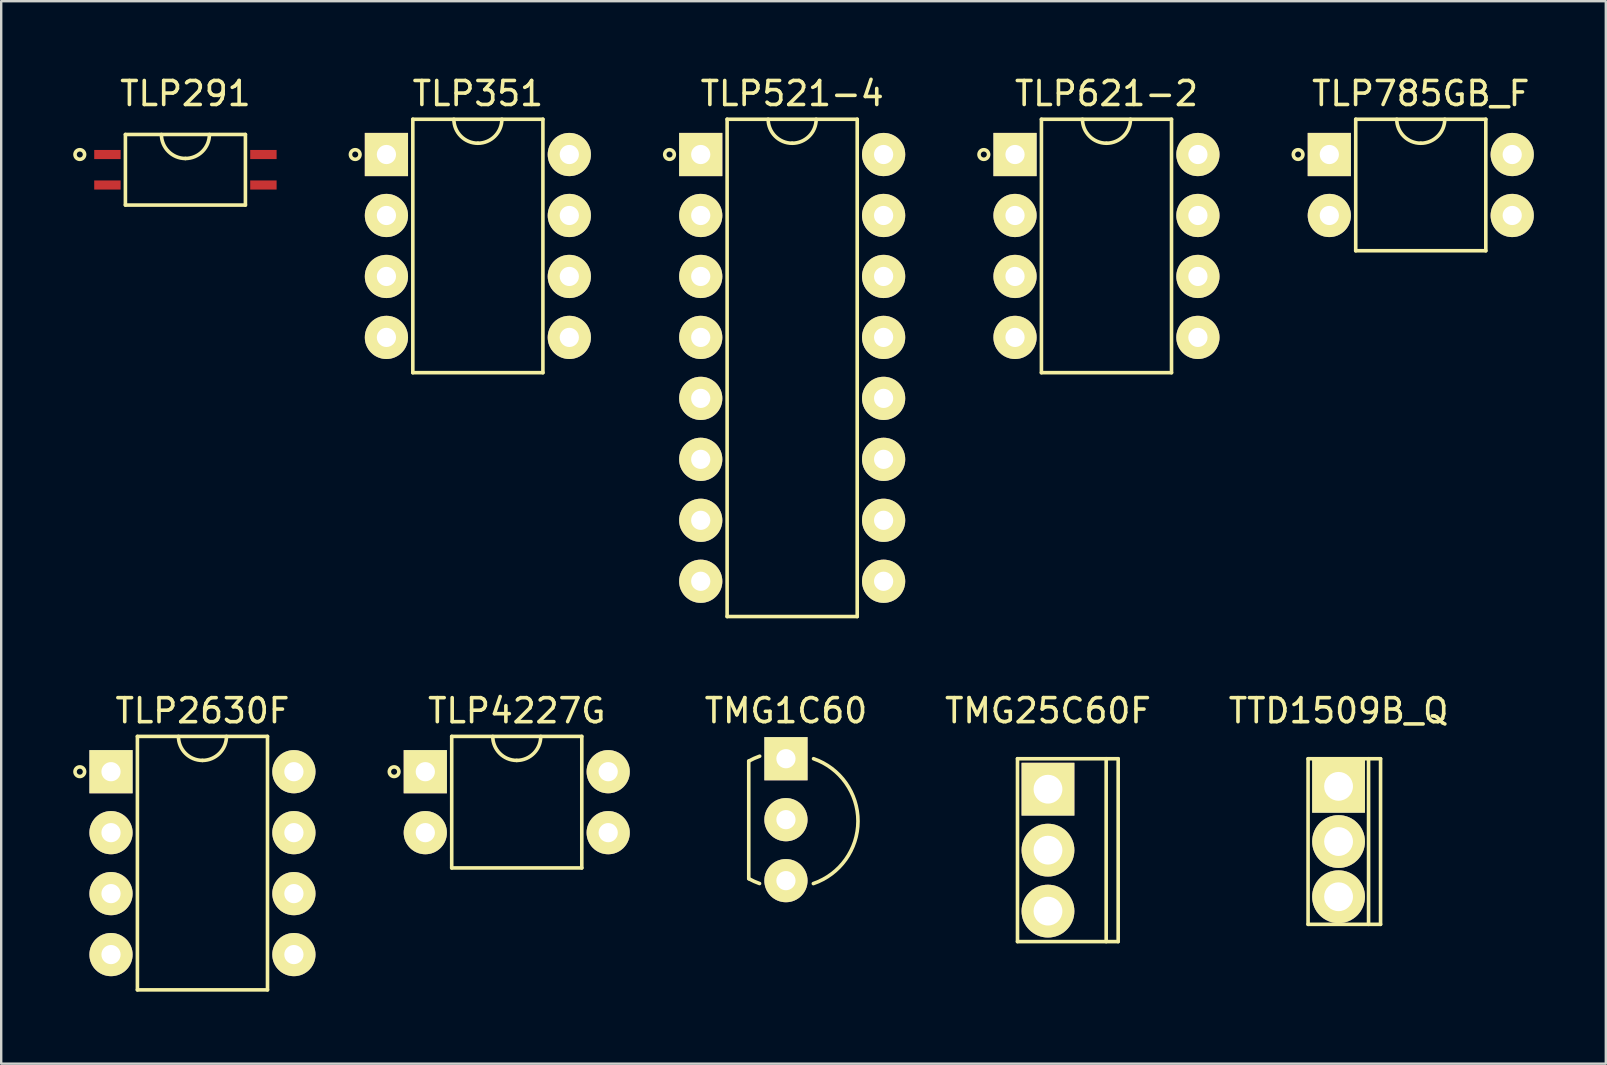
<source format=kicad_pcb>
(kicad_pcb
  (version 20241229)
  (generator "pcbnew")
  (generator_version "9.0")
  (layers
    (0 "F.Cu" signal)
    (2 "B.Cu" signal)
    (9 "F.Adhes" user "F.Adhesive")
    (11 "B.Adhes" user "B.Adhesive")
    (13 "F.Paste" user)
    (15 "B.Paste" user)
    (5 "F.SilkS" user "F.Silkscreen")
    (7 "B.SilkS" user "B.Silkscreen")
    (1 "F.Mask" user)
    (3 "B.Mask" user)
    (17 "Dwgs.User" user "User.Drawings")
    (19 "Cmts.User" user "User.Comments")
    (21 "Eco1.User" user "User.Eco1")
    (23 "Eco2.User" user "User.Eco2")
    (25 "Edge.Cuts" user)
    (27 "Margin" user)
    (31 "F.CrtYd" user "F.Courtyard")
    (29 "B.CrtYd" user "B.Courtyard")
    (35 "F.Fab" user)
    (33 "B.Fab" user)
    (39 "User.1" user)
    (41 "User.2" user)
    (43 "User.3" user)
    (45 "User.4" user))
  (footprint "TLP2630F"
    (layer "F.Cu")
    (at 1.575 29.102)
    (property "Reference" "TLP2630F" (at 3.81 -2.54 0) (layer "F.SilkS") (effects (font (size 1 1) (thickness 0.15))))
    (attr through_hole)
    (fp_line (start 1.1 -1.47) (end 6.52 -1.47) (stroke (width 0.15) (type solid)) (layer "F.SilkS"))
    (fp_line (start 1.1 9.09) (end 1.1 -1.47) (stroke (width 0.15) (type solid)) (layer "F.SilkS"))
    (fp_line (start 6.52 -1.47) (end 6.52 9.09) (stroke (width 0.15) (type solid)) (layer "F.SilkS"))
    (fp_line (start 6.52 9.09) (end 1.1 9.09) (stroke (width 0.15) (type solid)) (layer "F.SilkS"))
    (fp_arc (start 3.81 -0.47) (mid 3.102893 -0.762893) (end 2.81 -1.47) (stroke (width 0.15) (type solid)) (layer "F.SilkS"))
    (fp_arc (start 4.81 -1.47) (mid 4.517107 -0.762893) (end 3.81 -0.47) (stroke (width 0.15) (type solid)) (layer "F.SilkS"))
    (fp_circle (center -1.3 0) (end -1.3 0.2) (stroke (width 0.15) (type solid)) (fill no) (layer "F.SilkS"))
    (pad "1" thru_hole rect (at 0 0) (size 1.8 1.8) (drill 0.8) (layers "*.Cu" "*.Mask" "F.SilkS"))
    (pad "2" thru_hole circle (at 0 2.54) (size 1.8 1.8) (drill 0.8) (layers "*.Cu" "*.Mask" "F.SilkS"))
    (pad "3" thru_hole circle (at 0 5.08) (size 1.8 1.8) (drill 0.8) (layers "*.Cu" "*.Mask" "F.SilkS"))
    (pad "4" thru_hole circle (at 0 7.62) (size 1.8 1.8) (drill 0.8) (layers "*.Cu" "*.Mask" "F.SilkS"))
    (pad "5" thru_hole circle (at 7.62 7.62) (size 1.8 1.8) (drill 0.8) (layers "*.Cu" "*.Mask" "F.SilkS"))
    (pad "6" thru_hole circle (at 7.62 5.08) (size 1.8 1.8) (drill 0.8) (layers "*.Cu" "*.Mask" "F.SilkS"))
    (pad "7" thru_hole circle (at 7.62 2.54) (size 1.8 1.8) (drill 0.8) (layers "*.Cu" "*.Mask" "F.SilkS"))
    (pad "8" thru_hole circle (at 7.62 0) (size 1.8 1.8) (drill 0.8) (layers "*.Cu" "*.Mask" "F.SilkS")))
  (footprint "TLP291"
    (layer "F.Cu")
    (at 1.425 3.388)
    (property "Reference" "TLP291" (at 3.25 -2.54 0) (layer "F.SilkS") (effects (font (size 1 1) (thickness 0.15))))
    (attr through_hole)
    (fp_line (start 0.75 -0.835) (end 5.75 -0.835) (stroke (width 0.15) (type solid)) (layer "F.SilkS"))
    (fp_line (start 0.75 2.105) (end 0.75 -0.835) (stroke (width 0.15) (type solid)) (layer "F.SilkS"))
    (fp_line (start 5.75 -0.835) (end 5.75 2.105) (stroke (width 0.15) (type solid)) (layer "F.SilkS"))
    (fp_line (start 5.75 2.105) (end 0.75 2.105) (stroke (width 0.15) (type solid)) (layer "F.SilkS"))
    (fp_arc (start 3.25 0.165) (mid 2.542893 -0.127893) (end 2.25 -0.835) (stroke (width 0.15) (type solid)) (layer "F.SilkS"))
    (fp_arc (start 4.25 -0.835) (mid 3.957107 -0.127893) (end 3.25 0.165) (stroke (width 0.15) (type solid)) (layer "F.SilkS"))
    (fp_circle (center -1.15 0) (end -1.15 0.2) (stroke (width 0.15) (type solid)) (fill no) (layer "F.SilkS"))
    (pad "1" smd rect (at 0 0) (size 1.1 0.38) (layers "F.Cu" "F.Mask" "F.Paste"))
    (pad "2" smd rect (at 0 1.27) (size 1.1 0.38) (layers "F.Cu" "F.Mask" "F.Paste"))
    (pad "3" smd rect (at 6.5 1.27) (size 1.1 0.38) (layers "F.Cu" "F.Mask" "F.Paste"))
    (pad "4" smd rect (at 6.5 0) (size 1.1 0.38) (layers "F.Cu" "F.Mask" "F.Paste")))
  (footprint "TLP621-2"
    (layer "F.Cu")
    (at 39.24 3.388)
    (property "Reference" "TLP621-2" (at 3.81 -2.54 0) (layer "F.SilkS") (effects (font (size 1 1) (thickness 0.15))))
    (attr through_hole)
    (fp_line (start 1.1 -1.47) (end 6.52 -1.47) (stroke (width 0.15) (type solid)) (layer "F.SilkS"))
    (fp_line (start 1.1 9.09) (end 1.1 -1.47) (stroke (width 0.15) (type solid)) (layer "F.SilkS"))
    (fp_line (start 6.52 -1.47) (end 6.52 9.09) (stroke (width 0.15) (type solid)) (layer "F.SilkS"))
    (fp_line (start 6.52 9.09) (end 1.1 9.09) (stroke (width 0.15) (type solid)) (layer "F.SilkS"))
    (fp_arc (start 3.81 -0.47) (mid 3.102893 -0.762893) (end 2.81 -1.47) (stroke (width 0.15) (type solid)) (layer "F.SilkS"))
    (fp_arc (start 4.81 -1.47) (mid 4.517107 -0.762893) (end 3.81 -0.47) (stroke (width 0.15) (type solid)) (layer "F.SilkS"))
    (fp_circle (center -1.3 0) (end -1.3 0.2) (stroke (width 0.15) (type solid)) (fill no) (layer "F.SilkS"))
    (pad "1" thru_hole rect (at 0 0) (size 1.8 1.8) (drill 0.8) (layers "*.Cu" "*.Mask" "F.SilkS"))
    (pad "2" thru_hole circle (at 0 2.54) (size 1.8 1.8) (drill 0.8) (layers "*.Cu" "*.Mask" "F.SilkS"))
    (pad "3" thru_hole circle (at 0 5.08) (size 1.8 1.8) (drill 0.8) (layers "*.Cu" "*.Mask" "F.SilkS"))
    (pad "4" thru_hole circle (at 0 7.62) (size 1.8 1.8) (drill 0.8) (layers "*.Cu" "*.Mask" "F.SilkS"))
    (pad "5" thru_hole circle (at 7.62 7.62) (size 1.8 1.8) (drill 0.8) (layers "*.Cu" "*.Mask" "F.SilkS"))
    (pad "6" thru_hole circle (at 7.62 5.08) (size 1.8 1.8) (drill 0.8) (layers "*.Cu" "*.Mask" "F.SilkS"))
    (pad "7" thru_hole circle (at 7.62 2.54) (size 1.8 1.8) (drill 0.8) (layers "*.Cu" "*.Mask" "F.SilkS"))
    (pad "8" thru_hole circle (at 7.62 0) (size 1.8 1.8) (drill 0.8) (layers "*.Cu" "*.Mask" "F.SilkS")))
  (footprint "TLP785GB_F"
    (layer "F.Cu")
    (at 52.335 3.388)
    (property "Reference" "TLP785GB_F" (at 3.81 -2.54 0) (layer "F.SilkS") (effects (font (size 1 1) (thickness 0.15))))
    (attr through_hole)
    (fp_line (start 1.1 -1.47) (end 6.52 -1.47) (stroke (width 0.15) (type solid)) (layer "F.SilkS"))
    (fp_line (start 1.1 4.01) (end 1.1 -1.47) (stroke (width 0.15) (type solid)) (layer "F.SilkS"))
    (fp_line (start 6.52 -1.47) (end 6.52 4.01) (stroke (width 0.15) (type solid)) (layer "F.SilkS"))
    (fp_line (start 6.52 4.01) (end 1.1 4.01) (stroke (width 0.15) (type solid)) (layer "F.SilkS"))
    (fp_arc (start 3.81 -0.47) (mid 3.102893 -0.762893) (end 2.81 -1.47) (stroke (width 0.15) (type solid)) (layer "F.SilkS"))
    (fp_arc (start 4.81 -1.47) (mid 4.517107 -0.762893) (end 3.81 -0.47) (stroke (width 0.15) (type solid)) (layer "F.SilkS"))
    (fp_circle (center -1.3 0) (end -1.3 0.2) (stroke (width 0.15) (type solid)) (fill no) (layer "F.SilkS"))
    (pad "1" thru_hole rect (at 0 0) (size 1.8 1.8) (drill 0.8) (layers "*.Cu" "*.Mask" "F.SilkS"))
    (pad "2" thru_hole circle (at 0 2.54) (size 1.8 1.8) (drill 0.8) (layers "*.Cu" "*.Mask" "F.SilkS"))
    (pad "3" thru_hole circle (at 7.62 2.54) (size 1.8 1.8) (drill 0.8) (layers "*.Cu" "*.Mask" "F.SilkS"))
    (pad "4" thru_hole circle (at 7.62 0) (size 1.8 1.8) (drill 0.8) (layers "*.Cu" "*.Mask" "F.SilkS")))
  (footprint "TTD1509B_Q"
    (layer "F.Cu")
    (at 52.72 29.712)
    (property "Reference" "TTD1509B_Q" (at 0 -3.15 0) (layer "F.SilkS") (effects (font (size 1 1) (thickness 0.15))))
    (attr through_hole)
    (fp_line (start -1.27 -1.15) (end -1.27 5.75) (stroke (width 0.15) (type solid)) (layer "F.SilkS"))
    (fp_line (start -1.27 -1.15) (end 1.75 -1.15) (stroke (width 0.15) (type solid)) (layer "F.SilkS"))
    (fp_line (start -1.27 5.75) (end 1.75 5.75) (stroke (width 0.15) (type solid)) (layer "F.SilkS"))
    (fp_line (start 1.25 -1.15) (end 1.25 5.75) (stroke (width 0.15) (type solid)) (layer "F.SilkS"))
    (fp_line (start 1.75 -1.15) (end 1.75 5.75) (stroke (width 0.15) (type solid)) (layer "F.SilkS"))
    (pad "1" thru_hole rect (at 0 0) (size 2.2 2.2) (drill 1.2) (layers "*.Cu" "*.Mask" "F.SilkS"))
    (pad "2" thru_hole circle (at 0 2.3) (size 2.2 2.2) (drill 1.2) (layers "*.Cu" "*.Mask" "F.SilkS"))
    (pad "3" thru_hole circle (at 0 4.6) (size 2.2 2.2) (drill 1.2) (layers "*.Cu" "*.Mask" "F.SilkS")))
  (footprint "TMG1C60"
    (layer "F.Cu")
    (at 29.696 28.561)
    (property "Reference" "TMG1C60" (at 0 -2 0) (layer "F.SilkS") (effects (font (size 1 1) (thickness 0.15))))
    (attr through_hole)
    (fp_line (start -1.55 5) (end -1.55 0.1) (stroke (width 0.15) (type solid)) (layer "F.SilkS"))
    (fp_arc (start -1.55 0.1) (mid -1.326783 -0.012505) (end -1.09461 -0.105127) (stroke (width 0.15) (type solid)) (layer "F.SilkS"))
    (fp_arc (start -1.1 5.2) (mid -1.32318 5.111666) (end -1.537812 5.004217) (stroke (width 0.15) (type solid)) (layer "F.SilkS"))
    (fp_arc (start 1.15 0) (mid 3.00136 2.60449) (end 1.14151 5.202923) (stroke (width 0.15) (type solid)) (layer "F.SilkS"))
    (pad "1" thru_hole rect (at 0 0) (size 1.8 1.8) (drill 0.8) (layers "*.Cu" "*.Mask" "F.SilkS"))
    (pad "2" thru_hole circle (at 0 2.54) (size 1.8 1.8) (drill 0.8) (layers "*.Cu" "*.Mask" "F.SilkS"))
    (pad "3" thru_hole circle (at 0 5.08) (size 1.8 1.8) (drill 0.8) (layers "*.Cu" "*.Mask" "F.SilkS")))
  (footprint "TLP351"
    (layer "F.Cu")
    (at 13.05 3.388)
    (property "Reference" "TLP351" (at 3.81 -2.54 0) (layer "F.SilkS") (effects (font (size 1 1) (thickness 0.15))))
    (attr through_hole)
    (fp_line (start 1.1 -1.47) (end 6.52 -1.47) (stroke (width 0.15) (type solid)) (layer "F.SilkS"))
    (fp_line (start 1.1 9.09) (end 1.1 -1.47) (stroke (width 0.15) (type solid)) (layer "F.SilkS"))
    (fp_line (start 6.52 -1.47) (end 6.52 9.09) (stroke (width 0.15) (type solid)) (layer "F.SilkS"))
    (fp_line (start 6.52 9.09) (end 1.1 9.09) (stroke (width 0.15) (type solid)) (layer "F.SilkS"))
    (fp_arc (start 3.81 -0.47) (mid 3.102893 -0.762893) (end 2.81 -1.47) (stroke (width 0.15) (type solid)) (layer "F.SilkS"))
    (fp_arc (start 4.81 -1.47) (mid 4.517107 -0.762893) (end 3.81 -0.47) (stroke (width 0.15) (type solid)) (layer "F.SilkS"))
    (fp_circle (center -1.3 0) (end -1.3 0.2) (stroke (width 0.15) (type solid)) (fill no) (layer "F.SilkS"))
    (pad "1" thru_hole rect (at 0 0) (size 1.8 1.8) (drill 0.8) (layers "*.Cu" "*.Mask" "F.SilkS"))
    (pad "2" thru_hole circle (at 0 2.54) (size 1.8 1.8) (drill 0.8) (layers "*.Cu" "*.Mask" "F.SilkS"))
    (pad "3" thru_hole circle (at 0 5.08) (size 1.8 1.8) (drill 0.8) (layers "*.Cu" "*.Mask" "F.SilkS"))
    (pad "4" thru_hole circle (at 0 7.62) (size 1.8 1.8) (drill 0.8) (layers "*.Cu" "*.Mask" "F.SilkS"))
    (pad "5" thru_hole circle (at 7.62 7.62) (size 1.8 1.8) (drill 0.8) (layers "*.Cu" "*.Mask" "F.SilkS"))
    (pad "6" thru_hole circle (at 7.62 5.08) (size 1.8 1.8) (drill 0.8) (layers "*.Cu" "*.Mask" "F.SilkS"))
    (pad "7" thru_hole circle (at 7.62 2.54) (size 1.8 1.8) (drill 0.8) (layers "*.Cu" "*.Mask" "F.SilkS"))
    (pad "8" thru_hole circle (at 7.62 0) (size 1.8 1.8) (drill 0.8) (layers "*.Cu" "*.Mask" "F.SilkS")))
  (footprint "TLP521-4"
    (layer "F.Cu")
    (at 26.145 3.388)
    (property "Reference" "TLP521-4" (at 3.81 -2.54 0) (layer "F.SilkS") (effects (font (size 1 1) (thickness 0.15))))
    (attr through_hole)
    (fp_line (start 1.1 -1.47) (end 6.52 -1.47) (stroke (width 0.15) (type solid)) (layer "F.SilkS"))
    (fp_line (start 1.1 19.25) (end 1.1 -1.47) (stroke (width 0.15) (type solid)) (layer "F.SilkS"))
    (fp_line (start 6.52 -1.47) (end 6.52 19.25) (stroke (width 0.15) (type solid)) (layer "F.SilkS"))
    (fp_line (start 6.52 19.25) (end 1.1 19.25) (stroke (width 0.15) (type solid)) (layer "F.SilkS"))
    (fp_arc (start 3.81 -0.47) (mid 3.102893 -0.762893) (end 2.81 -1.47) (stroke (width 0.15) (type solid)) (layer "F.SilkS"))
    (fp_arc (start 4.81 -1.47) (mid 4.517107 -0.762893) (end 3.81 -0.47) (stroke (width 0.15) (type solid)) (layer "F.SilkS"))
    (fp_circle (center -1.3 0) (end -1.3 0.2) (stroke (width 0.15) (type solid)) (fill no) (layer "F.SilkS"))
    (pad "1" thru_hole rect (at 0 0) (size 1.8 1.8) (drill 0.8) (layers "*.Cu" "*.Mask" "F.SilkS"))
    (pad "2" thru_hole circle (at 0 2.54) (size 1.8 1.8) (drill 0.8) (layers "*.Cu" "*.Mask" "F.SilkS"))
    (pad "3" thru_hole circle (at 0 5.08) (size 1.8 1.8) (drill 0.8) (layers "*.Cu" "*.Mask" "F.SilkS"))
    (pad "4" thru_hole circle (at 0 7.62) (size 1.8 1.8) (drill 0.8) (layers "*.Cu" "*.Mask" "F.SilkS"))
    (pad "5" thru_hole circle (at 0 10.16) (size 1.8 1.8) (drill 0.8) (layers "*.Cu" "*.Mask" "F.SilkS"))
    (pad "6" thru_hole circle (at 0 12.7) (size 1.8 1.8) (drill 0.8) (layers "*.Cu" "*.Mask" "F.SilkS"))
    (pad "7" thru_hole circle (at 0 15.24) (size 1.8 1.8) (drill 0.8) (layers "*.Cu" "*.Mask" "F.SilkS"))
    (pad "8" thru_hole circle (at 0 17.78) (size 1.8 1.8) (drill 0.8) (layers "*.Cu" "*.Mask" "F.SilkS"))
    (pad "9" thru_hole circle (at 7.62 17.78) (size 1.8 1.8) (drill 0.8) (layers "*.Cu" "*.Mask" "F.SilkS"))
    (pad "10" thru_hole circle (at 7.62 15.24) (size 1.8 1.8) (drill 0.8) (layers "*.Cu" "*.Mask" "F.SilkS"))
    (pad "11" thru_hole circle (at 7.62 12.7) (size 1.8 1.8) (drill 0.8) (layers "*.Cu" "*.Mask" "F.SilkS"))
    (pad "12" thru_hole circle (at 7.62 10.16) (size 1.8 1.8) (drill 0.8) (layers "*.Cu" "*.Mask" "F.SilkS"))
    (pad "13" thru_hole circle (at 7.62 7.62) (size 1.8 1.8) (drill 0.8) (layers "*.Cu" "*.Mask" "F.SilkS"))
    (pad "14" thru_hole circle (at 7.62 5.08) (size 1.8 1.8) (drill 0.8) (layers "*.Cu" "*.Mask" "F.SilkS"))
    (pad "15" thru_hole circle (at 7.62 2.54) (size 1.8 1.8) (drill 0.8) (layers "*.Cu" "*.Mask" "F.SilkS"))
    (pad "16" thru_hole circle (at 7.62 0) (size 1.8 1.8) (drill 0.8) (layers "*.Cu" "*.Mask" "F.SilkS")))
  (footprint "TLP4227G"
    (layer "F.Cu")
    (at 14.67 29.102)
    (property "Reference" "TLP4227G" (at 3.81 -2.54 0) (layer "F.SilkS") (effects (font (size 1 1) (thickness 0.15))))
    (attr through_hole)
    (fp_line (start 1.1 -1.47) (end 6.52 -1.47) (stroke (width 0.15) (type solid)) (layer "F.SilkS"))
    (fp_line (start 1.1 4.01) (end 1.1 -1.47) (stroke (width 0.15) (type solid)) (layer "F.SilkS"))
    (fp_line (start 6.52 -1.47) (end 6.52 4.01) (stroke (width 0.15) (type solid)) (layer "F.SilkS"))
    (fp_line (start 6.52 4.01) (end 1.1 4.01) (stroke (width 0.15) (type solid)) (layer "F.SilkS"))
    (fp_arc (start 3.81 -0.47) (mid 3.102893 -0.762893) (end 2.81 -1.47) (stroke (width 0.15) (type solid)) (layer "F.SilkS"))
    (fp_arc (start 4.81 -1.47) (mid 4.517107 -0.762893) (end 3.81 -0.47) (stroke (width 0.15) (type solid)) (layer "F.SilkS"))
    (fp_circle (center -1.3 0) (end -1.3 0.2) (stroke (width 0.15) (type solid)) (fill no) (layer "F.SilkS"))
    (pad "1" thru_hole rect (at 0 0) (size 1.8 1.8) (drill 0.8) (layers "*.Cu" "*.Mask" "F.SilkS"))
    (pad "2" thru_hole circle (at 0 2.54) (size 1.8 1.8) (drill 0.8) (layers "*.Cu" "*.Mask" "F.SilkS"))
    (pad "3" thru_hole circle (at 7.62 2.54) (size 1.8 1.8) (drill 0.8) (layers "*.Cu" "*.Mask" "F.SilkS"))
    (pad "4" thru_hole circle (at 7.62 0) (size 1.8 1.8) (drill 0.8) (layers "*.Cu" "*.Mask" "F.SilkS")))
  (footprint "TMG25C60F"
    (layer "F.Cu")
    (at 40.613 29.831)
    (property "Reference" "TMG25C60F" (at 0 -3.27 0) (layer "F.SilkS") (effects (font (size 1 1) (thickness 0.15))))
    (attr through_hole)
    (fp_line (start -1.27 -1.27) (end -1.27 6.35) (stroke (width 0.15) (type solid)) (layer "F.SilkS"))
    (fp_line (start -1.27 -1.27) (end 2.925 -1.27) (stroke (width 0.15) (type solid)) (layer "F.SilkS"))
    (fp_line (start -1.27 6.35) (end 2.925 6.35) (stroke (width 0.15) (type solid)) (layer "F.SilkS"))
    (fp_line (start 2.425 -1.27) (end 2.425 6.35) (stroke (width 0.15) (type solid)) (layer "F.SilkS"))
    (fp_line (start 2.925 -1.27) (end 2.925 6.35) (stroke (width 0.15) (type solid)) (layer "F.SilkS"))
    (pad "1" thru_hole rect (at 0 0) (size 2.2 2.2) (drill 1.2) (layers "*.Cu" "*.Mask" "F.SilkS"))
    (pad "2" thru_hole circle (at 0 2.54) (size 2.2 2.2) (drill 1.2) (layers "*.Cu" "*.Mask" "F.SilkS"))
    (pad "3" thru_hole circle (at 0 5.08) (size 2.2 2.2) (drill 1.2) (layers "*.Cu" "*.Mask" "F.SilkS")))
  (gr_rect
    (start -3 -3)
    (end 63.855 41.267)
    (stroke (width 0.1) (type default))
    (fill no)
    (layer "Edge.Cuts")))
</source>
